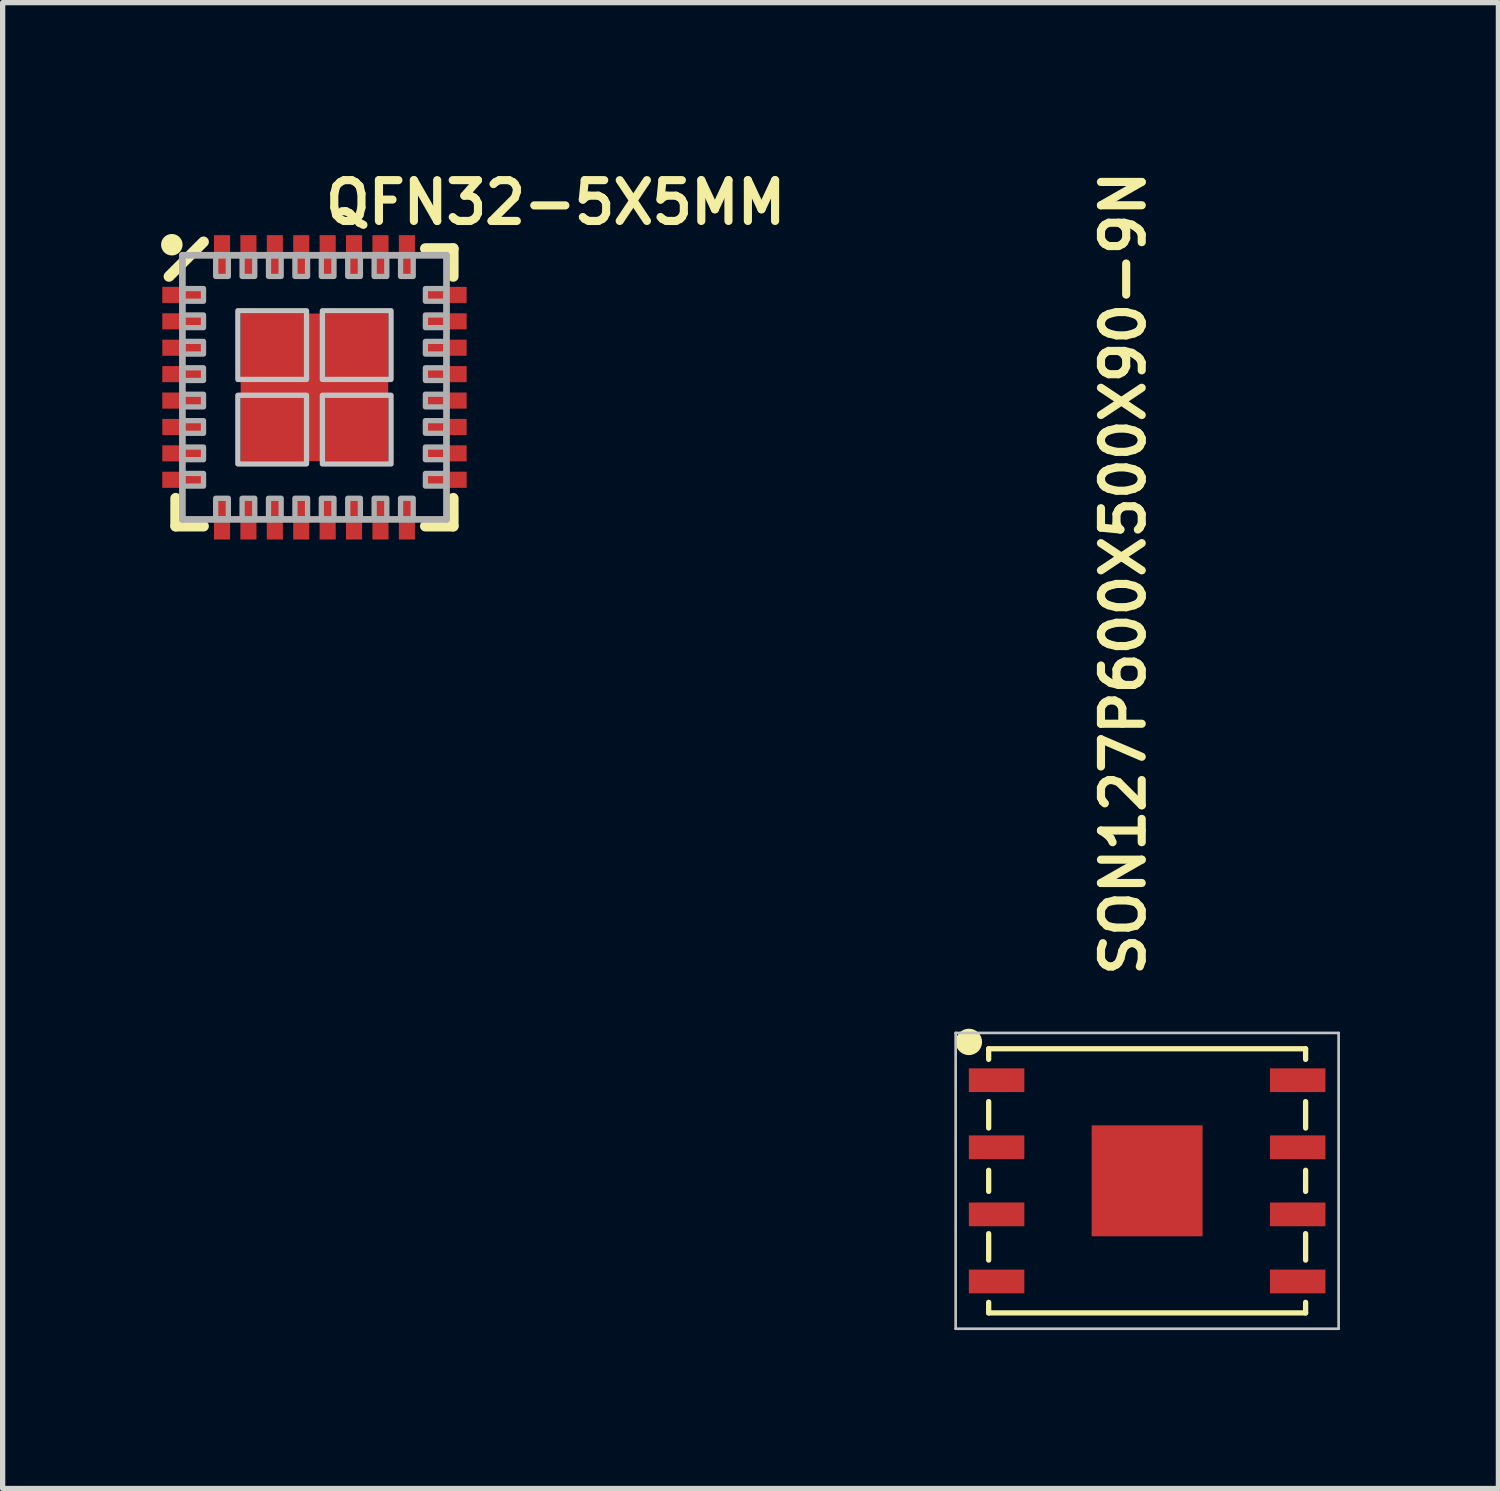
<source format=kicad_pcb>
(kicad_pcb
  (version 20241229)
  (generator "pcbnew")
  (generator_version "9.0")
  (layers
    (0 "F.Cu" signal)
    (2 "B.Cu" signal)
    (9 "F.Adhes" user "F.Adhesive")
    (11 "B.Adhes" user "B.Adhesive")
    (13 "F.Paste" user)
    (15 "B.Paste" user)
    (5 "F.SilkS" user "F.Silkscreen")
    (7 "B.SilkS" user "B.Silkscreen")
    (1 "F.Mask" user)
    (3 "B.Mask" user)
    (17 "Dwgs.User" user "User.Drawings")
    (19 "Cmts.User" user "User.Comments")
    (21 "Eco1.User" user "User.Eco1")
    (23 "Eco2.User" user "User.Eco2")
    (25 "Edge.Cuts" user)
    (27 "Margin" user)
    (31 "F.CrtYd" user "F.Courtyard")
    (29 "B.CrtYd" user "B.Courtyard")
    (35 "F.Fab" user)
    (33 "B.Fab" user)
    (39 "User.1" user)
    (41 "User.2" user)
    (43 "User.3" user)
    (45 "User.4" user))
  (footprint "SON127P600X500X90-9N"
    (layer "F.Cu")
    (at 18.667 19.305)
    (property "Reference" "SON127P600X500X90-9N" (at 0 -3.81 270) (layer "F.SilkS") (effects (font (size 0.772 0.772) (thickness 0.154)) (justify left bottom)))
    (attr smd)
    (fp_line (start -3 -2.5) (end 3 -2.5) (stroke (width 0.1) (type solid)) (layer "F.SilkS"))
    (fp_line (start -3 -2.3) (end -3 -2.5) (stroke (width 0.1) (type solid)) (layer "F.SilkS"))
    (fp_line (start -3 -1) (end -3 -1.5) (stroke (width 0.1) (type solid)) (layer "F.SilkS"))
    (fp_line (start -3 0.2) (end -3 -0.2) (stroke (width 0.1) (type solid)) (layer "F.SilkS"))
    (fp_line (start -3 1.5) (end -3 1) (stroke (width 0.1) (type solid)) (layer "F.SilkS"))
    (fp_line (start -3 2.5) (end -3 2.3) (stroke (width 0.1) (type solid)) (layer "F.SilkS"))
    (fp_line (start 3 -2.3) (end 3 -2.5) (stroke (width 0.1) (type solid)) (layer "F.SilkS"))
    (fp_line (start 3 -1) (end 3 -1.5) (stroke (width 0.1) (type solid)) (layer "F.SilkS"))
    (fp_line (start 3 0.2) (end 3 -0.2) (stroke (width 0.1) (type solid)) (layer "F.SilkS"))
    (fp_line (start 3 1.5) (end 3 1) (stroke (width 0.1) (type solid)) (layer "F.SilkS"))
    (fp_line (start 3 2.5) (end -3 2.5) (stroke (width 0.1) (type solid)) (layer "F.SilkS"))
    (fp_line (start 3 2.5) (end 3 2.3) (stroke (width 0.1) (type solid)) (layer "F.SilkS"))
    (fp_circle (center -3.375 -2.63) (end -3.25 -2.63) (stroke (width 0.25) (type solid)) (fill no) (layer "F.SilkS"))
    (fp_line (start -3.625 -2.8) (end 3.625 -2.8) (stroke (width 0.05) (type solid)) (layer "Dwgs.User"))
    (fp_line (start -3.625 2.8) (end -3.625 -2.8) (stroke (width 0.05) (type solid)) (layer "Dwgs.User"))
    (fp_line (start 3.625 -2.8) (end 3.625 2.8) (stroke (width 0.05) (type solid)) (layer "Dwgs.User"))
    (fp_line (start 3.625 2.8) (end -3.625 2.8) (stroke (width 0.05) (type solid)) (layer "Dwgs.User"))
    (pad "1" smd rect (at -2.85 -1.905) (size 1.05 0.45) (layers "F.Cu" "F.Mask" "F.Paste"))
    (pad "2" smd rect (at -2.85 -0.635) (size 1.05 0.45) (layers "F.Cu" "F.Mask" "F.Paste"))
    (pad "3" smd rect (at -2.85 0.635) (size 1.05 0.45) (layers "F.Cu" "F.Mask" "F.Paste"))
    (pad "4" smd rect (at -2.85 1.905) (size 1.05 0.45) (layers "F.Cu" "F.Mask" "F.Paste"))
    (pad "5" smd rect (at 2.85 1.905) (size 1.05 0.45) (layers "F.Cu" "F.Mask" "F.Paste"))
    (pad "6" smd rect (at 2.85 0.635) (size 1.05 0.45) (layers "F.Cu" "F.Mask" "F.Paste"))
    (pad "7" smd rect (at 2.85 -0.635) (size 1.05 0.45) (layers "F.Cu" "F.Mask" "F.Paste"))
    (pad "8" smd rect (at 2.85 -1.905) (size 1.05 0.45) (layers "F.Cu" "F.Mask" "F.Paste"))
    (pad "9" smd rect (at 0 0 90) (size 2.1 2.1) (layers "F.Cu" "F.Mask" "F.Paste")))
  (footprint "QFN32-5X5MM"
    (layer "F.Cu")
    (at 2.903 4.283)
    (property "Reference" "QFN32-5X5MM" (at 0.127 -3.048 180) (layer "F.SilkS") (effects (font (size 0.772 0.772) (thickness 0.154)) (justify left bottom)))
    (attr smd)
    (fp_line (start -2.627 2.627) (end -2.627 2.1) (stroke (width 0.203) (type solid)) (layer "F.SilkS"))
    (fp_line (start -2.1 -2.754) (end -2.754 -2.1) (stroke (width 0.203) (type solid)) (layer "F.SilkS"))
    (fp_line (start -2.1 2.627) (end -2.627 2.627) (stroke (width 0.203) (type solid)) (layer "F.SilkS"))
    (fp_line (start 2.1 -2.627) (end 2.627 -2.627) (stroke (width 0.203) (type solid)) (layer "F.SilkS"))
    (fp_line (start 2.627 -2.627) (end 2.627 -2.1) (stroke (width 0.203) (type solid)) (layer "F.SilkS"))
    (fp_line (start 2.627 2.1) (end 2.627 2.627) (stroke (width 0.203) (type solid)) (layer "F.SilkS"))
    (fp_line (start 2.627 2.627) (end 2.1 2.627) (stroke (width 0.203) (type solid)) (layer "F.SilkS"))
    (fp_circle (center -2.7 -2.7) (end -2.598 -2.7) (stroke (width 0.203) (type solid)) (fill no) (layer "F.SilkS"))
    (fp_poly (pts (xy -1.45 -0.15) (xy -0.15 -0.15) (xy -0.15 -1.45) (xy -1.45 -1.45)) (stroke (width 0.1) (type solid)) (fill no) (layer "Dwgs.User"))
    (fp_poly (pts (xy -0.15 1.45) (xy -0.15 0.15) (xy -1.45 0.15) (xy -1.45 1.45)) (stroke (width 0.1) (type solid)) (fill no) (layer "Dwgs.User"))
    (fp_poly (pts (xy 0.15 -1.45) (xy 0.15 -0.15) (xy 1.45 -0.15) (xy 1.45 -1.45)) (stroke (width 0.1) (type solid)) (fill no) (layer "Dwgs.User"))
    (fp_poly (pts (xy 1.45 0.15) (xy 0.15 0.15) (xy 0.15 1.45) (xy 1.45 1.45)) (stroke (width 0.1) (type solid)) (fill no) (layer "Dwgs.User"))
    (fp_line (start -2.5 -2.5) (end -2.5 2.5) (stroke (width 0.127) (type solid)) (layer "F.Fab"))
    (fp_line (start -2.5 2.5) (end 2.5 2.5) (stroke (width 0.127) (type solid)) (layer "F.Fab"))
    (fp_line (start 2.5 -2.5) (end -2.5 -2.5) (stroke (width 0.127) (type solid)) (layer "F.Fab"))
    (fp_line (start 2.5 2.5) (end 2.5 -2.5) (stroke (width 0.127) (type solid)) (layer "F.Fab"))
    (fp_poly (pts (xy -2.5 -1.63) (xy -2.1 -1.63) (xy -2.1 -1.87) (xy -2.5 -1.87)) (stroke (width 0.1) (type solid)) (fill no) (layer "F.Fab"))
    (fp_poly (pts (xy -2.5 -1.13) (xy -2.1 -1.13) (xy -2.1 -1.37) (xy -2.5 -1.37)) (stroke (width 0.1) (type solid)) (fill no) (layer "F.Fab"))
    (fp_poly (pts (xy -2.5 -0.63) (xy -2.1 -0.63) (xy -2.1 -0.87) (xy -2.5 -0.87)) (stroke (width 0.1) (type solid)) (fill no) (layer "F.Fab"))
    (fp_poly (pts (xy -2.5 -0.13) (xy -2.1 -0.13) (xy -2.1 -0.37) (xy -2.5 -0.37)) (stroke (width 0.1) (type solid)) (fill no) (layer "F.Fab"))
    (fp_poly (pts (xy -2.5 0.37) (xy -2.1 0.37) (xy -2.1 0.13) (xy -2.5 0.13)) (stroke (width 0.1) (type solid)) (fill no) (layer "F.Fab"))
    (fp_poly (pts (xy -2.5 0.87) (xy -2.1 0.87) (xy -2.1 0.63) (xy -2.5 0.63)) (stroke (width 0.1) (type solid)) (fill no) (layer "F.Fab"))
    (fp_poly (pts (xy -2.5 1.37) (xy -2.1 1.37) (xy -2.1 1.13) (xy -2.5 1.13)) (stroke (width 0.1) (type solid)) (fill no) (layer "F.Fab"))
    (fp_poly (pts (xy -2.5 1.87) (xy -2.1 1.87) (xy -2.1 1.63) (xy -2.5 1.63)) (stroke (width 0.1) (type solid)) (fill no) (layer "F.Fab"))
    (fp_poly (pts (xy -1.87 -2.5) (xy -1.87 -2.1) (xy -1.63 -2.1) (xy -1.63 -2.5)) (stroke (width 0.1) (type solid)) (fill no) (layer "F.Fab"))
    (fp_poly (pts (xy -1.63 2.5) (xy -1.63 2.1) (xy -1.87 2.1) (xy -1.87 2.5)) (stroke (width 0.1) (type solid)) (fill no) (layer "F.Fab"))
    (fp_poly (pts (xy -1.37 -2.5) (xy -1.37 -2.1) (xy -1.13 -2.1) (xy -1.13 -2.5)) (stroke (width 0.1) (type solid)) (fill no) (layer "F.Fab"))
    (fp_poly (pts (xy -1.13 2.5) (xy -1.13 2.1) (xy -1.37 2.1) (xy -1.37 2.5)) (stroke (width 0.1) (type solid)) (fill no) (layer "F.Fab"))
    (fp_poly (pts (xy -0.87 -2.5) (xy -0.87 -2.1) (xy -0.63 -2.1) (xy -0.63 -2.5)) (stroke (width 0.1) (type solid)) (fill no) (layer "F.Fab"))
    (fp_poly (pts (xy -0.63 2.5) (xy -0.63 2.1) (xy -0.87 2.1) (xy -0.87 2.5)) (stroke (width 0.1) (type solid)) (fill no) (layer "F.Fab"))
    (fp_poly (pts (xy -0.37 -2.5) (xy -0.37 -2.1) (xy -0.13 -2.1) (xy -0.13 -2.5)) (stroke (width 0.1) (type solid)) (fill no) (layer "F.Fab"))
    (fp_poly (pts (xy -0.13 2.5) (xy -0.13 2.1) (xy -0.37 2.1) (xy -0.37 2.5)) (stroke (width 0.1) (type solid)) (fill no) (layer "F.Fab"))
    (fp_poly (pts (xy 0.13 -2.5) (xy 0.13 -2.1) (xy 0.37 -2.1) (xy 0.37 -2.5)) (stroke (width 0.1) (type solid)) (fill no) (layer "F.Fab"))
    (fp_poly (pts (xy 0.37 2.5) (xy 0.37 2.1) (xy 0.13 2.1) (xy 0.13 2.5)) (stroke (width 0.1) (type solid)) (fill no) (layer "F.Fab"))
    (fp_poly (pts (xy 0.63 -2.5) (xy 0.63 -2.1) (xy 0.87 -2.1) (xy 0.87 -2.5)) (stroke (width 0.1) (type solid)) (fill no) (layer "F.Fab"))
    (fp_poly (pts (xy 0.87 2.5) (xy 0.87 2.1) (xy 0.63 2.1) (xy 0.63 2.5)) (stroke (width 0.1) (type solid)) (fill no) (layer "F.Fab"))
    (fp_poly (pts (xy 1.13 -2.5) (xy 1.13 -2.1) (xy 1.37 -2.1) (xy 1.37 -2.5)) (stroke (width 0.1) (type solid)) (fill no) (layer "F.Fab"))
    (fp_poly (pts (xy 1.37 2.5) (xy 1.37 2.1) (xy 1.13 2.1) (xy 1.13 2.5)) (stroke (width 0.1) (type solid)) (fill no) (layer "F.Fab"))
    (fp_poly (pts (xy 1.63 -2.5) (xy 1.63 -2.1) (xy 1.87 -2.1) (xy 1.87 -2.5)) (stroke (width 0.1) (type solid)) (fill no) (layer "F.Fab"))
    (fp_poly (pts (xy 1.87 2.5) (xy 1.87 2.1) (xy 1.63 2.1) (xy 1.63 2.5)) (stroke (width 0.1) (type solid)) (fill no) (layer "F.Fab"))
    (fp_poly (pts (xy 2.5 -1.87) (xy 2.1 -1.87) (xy 2.1 -1.63) (xy 2.5 -1.63)) (stroke (width 0.1) (type solid)) (fill no) (layer "F.Fab"))
    (fp_poly (pts (xy 2.5 -1.37) (xy 2.1 -1.37) (xy 2.1 -1.13) (xy 2.5 -1.13)) (stroke (width 0.1) (type solid)) (fill no) (layer "F.Fab"))
    (fp_poly (pts (xy 2.5 -0.87) (xy 2.1 -0.87) (xy 2.1 -0.63) (xy 2.5 -0.63)) (stroke (width 0.1) (type solid)) (fill no) (layer "F.Fab"))
    (fp_poly (pts (xy 2.5 -0.37) (xy 2.1 -0.37) (xy 2.1 -0.13) (xy 2.5 -0.13)) (stroke (width 0.1) (type solid)) (fill no) (layer "F.Fab"))
    (fp_poly (pts (xy 2.5 0.13) (xy 2.1 0.13) (xy 2.1 0.37) (xy 2.5 0.37)) (stroke (width 0.1) (type solid)) (fill no) (layer "F.Fab"))
    (fp_poly (pts (xy 2.5 0.63) (xy 2.1 0.63) (xy 2.1 0.87) (xy 2.5 0.87)) (stroke (width 0.1) (type solid)) (fill no) (layer "F.Fab"))
    (fp_poly (pts (xy 2.5 1.13) (xy 2.1 1.13) (xy 2.1 1.37) (xy 2.5 1.37)) (stroke (width 0.1) (type solid)) (fill no) (layer "F.Fab"))
    (fp_poly (pts (xy 2.5 1.63) (xy 2.1 1.63) (xy 2.1 1.87) (xy 2.5 1.87)) (stroke (width 0.1) (type solid)) (fill no) (layer "F.Fab"))
    (pad "1" smd rect (at -2.5 -1.75) (size 0.762 0.305) (layers "F.Cu" "F.Mask" "F.Paste"))
    (pad "2" smd rect (at -2.5 -1.25) (size 0.762 0.305) (layers "F.Cu" "F.Mask" "F.Paste"))
    (pad "3" smd rect (at -2.5 -0.75) (size 0.762 0.305) (layers "F.Cu" "F.Mask" "F.Paste"))
    (pad "4" smd rect (at -2.5 -0.25) (size 0.762 0.305) (layers "F.Cu" "F.Mask" "F.Paste"))
    (pad "5" smd rect (at -2.5 0.25) (size 0.762 0.305) (layers "F.Cu" "F.Mask" "F.Paste"))
    (pad "6" smd rect (at -2.5 0.75) (size 0.762 0.305) (layers "F.Cu" "F.Mask" "F.Paste"))
    (pad "7" smd rect (at -2.5 1.25) (size 0.762 0.305) (layers "F.Cu" "F.Mask" "F.Paste"))
    (pad "8" smd rect (at -2.5 1.75) (size 0.762 0.305) (layers "F.Cu" "F.Mask" "F.Paste"))
    (pad "9" smd rect (at -1.75 2.5 90) (size 0.762 0.305) (layers "F.Cu" "F.Mask" "F.Paste"))
    (pad "10" smd rect (at -1.25 2.5 90) (size 0.762 0.305) (layers "F.Cu" "F.Mask" "F.Paste"))
    (pad "11" smd rect (at -0.75 2.5 90) (size 0.762 0.305) (layers "F.Cu" "F.Mask" "F.Paste"))
    (pad "12" smd rect (at -0.25 2.5 90) (size 0.762 0.305) (layers "F.Cu" "F.Mask" "F.Paste"))
    (pad "13" smd rect (at 0.25 2.5 90) (size 0.762 0.305) (layers "F.Cu" "F.Mask" "F.Paste"))
    (pad "14" smd rect (at 0.75 2.5 90) (size 0.762 0.305) (layers "F.Cu" "F.Mask" "F.Paste"))
    (pad "15" smd rect (at 1.25 2.5 90) (size 0.762 0.305) (layers "F.Cu" "F.Mask" "F.Paste"))
    (pad "16" smd rect (at 1.75 2.5 90) (size 0.762 0.305) (layers "F.Cu" "F.Mask" "F.Paste"))
    (pad "17" smd rect (at 2.5 1.75 180) (size 0.762 0.305) (layers "F.Cu" "F.Mask" "F.Paste"))
    (pad "18" smd rect (at 2.5 1.25 180) (size 0.762 0.305) (layers "F.Cu" "F.Mask" "F.Paste"))
    (pad "19" smd rect (at 2.5 0.75 180) (size 0.762 0.305) (layers "F.Cu" "F.Mask" "F.Paste"))
    (pad "20" smd rect (at 2.5 0.25 180) (size 0.762 0.305) (layers "F.Cu" "F.Mask" "F.Paste"))
    (pad "21" smd rect (at 2.5 -0.25 180) (size 0.762 0.305) (layers "F.Cu" "F.Mask" "F.Paste"))
    (pad "22" smd rect (at 2.5 -0.75 180) (size 0.762 0.305) (layers "F.Cu" "F.Mask" "F.Paste"))
    (pad "23" smd rect (at 2.5 -1.25 180) (size 0.762 0.305) (layers "F.Cu" "F.Mask" "F.Paste"))
    (pad "24" smd rect (at 2.5 -1.75 180) (size 0.762 0.305) (layers "F.Cu" "F.Mask" "F.Paste"))
    (pad "25" smd rect (at 1.75 -2.5 270) (size 0.762 0.305) (layers "F.Cu" "F.Mask" "F.Paste"))
    (pad "26" smd rect (at 1.25 -2.5 270) (size 0.762 0.305) (layers "F.Cu" "F.Mask" "F.Paste"))
    (pad "27" smd rect (at 0.75 -2.5 270) (size 0.762 0.305) (layers "F.Cu" "F.Mask" "F.Paste"))
    (pad "28" smd rect (at 0.25 -2.5 270) (size 0.762 0.305) (layers "F.Cu" "F.Mask" "F.Paste"))
    (pad "29" smd rect (at -0.25 -2.5 270) (size 0.762 0.305) (layers "F.Cu" "F.Mask" "F.Paste"))
    (pad "30" smd rect (at -0.75 -2.5 270) (size 0.762 0.305) (layers "F.Cu" "F.Mask" "F.Paste"))
    (pad "31" smd rect (at -1.25 -2.5 270) (size 0.762 0.305) (layers "F.Cu" "F.Mask" "F.Paste"))
    (pad "32" smd rect (at -1.75 -2.5 270) (size 0.762 0.305) (layers "F.Cu" "F.Mask" "F.Paste"))
    (pad "EP" smd rect (at 0 0) (size 2.794 2.794) (layers "F.Cu" "F.Mask")))
  (gr_rect
    (start -3 -3)
    (end 25.317 25.13)
    (stroke (width 0.1) (type default))
    (fill no)
    (layer "Edge.Cuts")))
</source>
